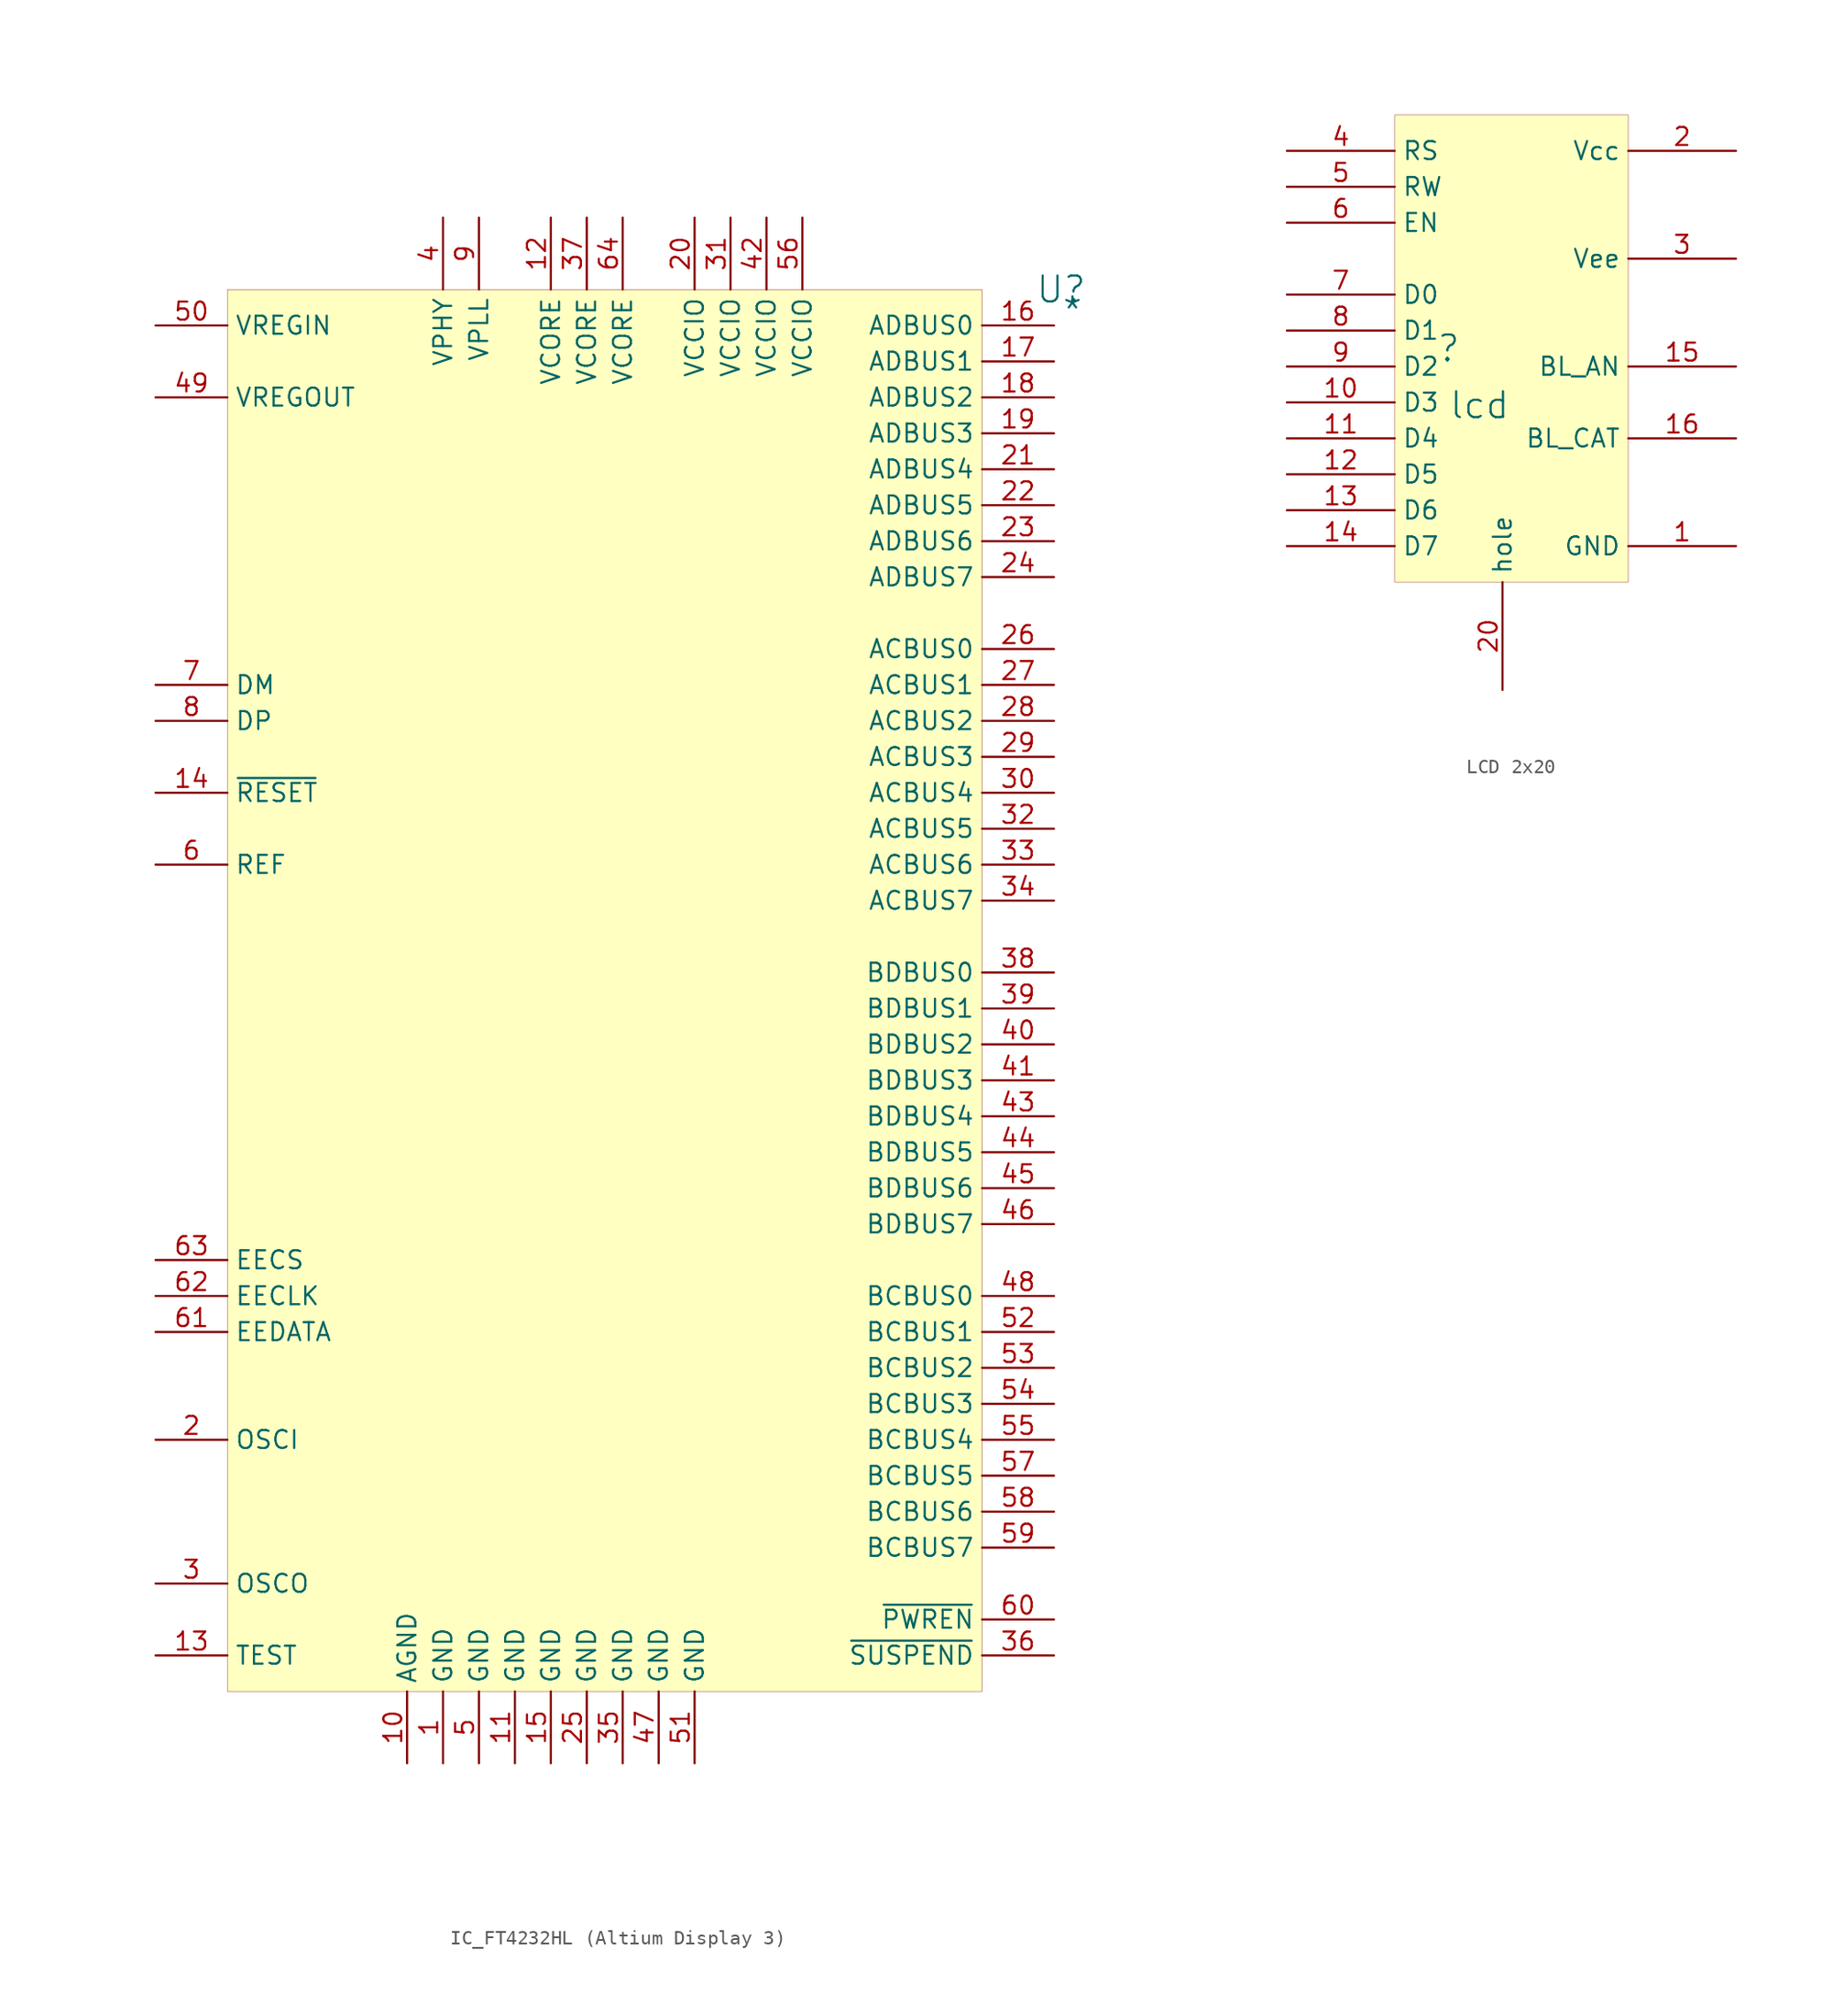
<source format=kicad_sym>
(kicad_symbol_lib
  (version 20241209)
  (generator "kicad_symbol_editor")
  (generator_version "9.0")
  (symbol "IC_FT4232HL (Altium Display 3)"
    (property "Reference" "U"
      (at 58.928 0 0)
      (effects (font (size 1.829 1.829))))
    (property "Value" "*"
      (at 58.928 -2.54 0)
      (effects (font (size 1.829 1.829)) (justify left bottom)))
    (symbol "IC_FT4232HL (Altium Display 3)_1_0"
      (rectangle (start 53.34 0) (end 0 -99.06) (stroke (width 0.025) (type solid) (color 128 0 0 1)) (fill (type background)))
      (pin passive line (at -5.08 -2.54 0) (length 5.08) (name "VREGIN" (effects (font (size 1.27 1.27)))) (number "50" (effects (font (size 1.27 1.27)))))
      (pin passive line (at -5.08 -7.62 0) (length 5.08) (name "VREGOUT" (effects (font (size 1.27 1.27)))) (number "49" (effects (font (size 1.27 1.27)))))
      (pin passive line (at -5.08 -27.94 0) (length 5.08) (name "DM" (effects (font (size 1.27 1.27)))) (number "7" (effects (font (size 1.27 1.27)))))
      (pin passive line (at -5.08 -30.48 0) (length 5.08) (name "DP" (effects (font (size 1.27 1.27)))) (number "8" (effects (font (size 1.27 1.27)))))
      (pin passive line (at -5.08 -35.56 0) (length 5.08) (name "~{RESET}" (effects (font (size 1.27 1.27)))) (number "14" (effects (font (size 1.27 1.27)))))
      (pin passive line (at -5.08 -40.64 0) (length 5.08) (name "REF" (effects (font (size 1.27 1.27)))) (number "6" (effects (font (size 1.27 1.27)))))
      (pin passive line (at -5.08 -68.58 0) (length 5.08) (name "EECS" (effects (font (size 1.27 1.27)))) (number "63" (effects (font (size 1.27 1.27)))))
      (pin passive line (at -5.08 -71.12 0) (length 5.08) (name "EECLK" (effects (font (size 1.27 1.27)))) (number "62" (effects (font (size 1.27 1.27)))))
      (pin passive line (at -5.08 -73.66 0) (length 5.08) (name "EEDATA" (effects (font (size 1.27 1.27)))) (number "61" (effects (font (size 1.27 1.27)))))
      (pin passive line (at -5.08 -81.28 0) (length 5.08) (name "OSCI" (effects (font (size 1.27 1.27)))) (number "2" (effects (font (size 1.27 1.27)))))
      (pin passive line (at -5.08 -91.44 0) (length 5.08) (name "OSCO" (effects (font (size 1.27 1.27)))) (number "3" (effects (font (size 1.27 1.27)))))
      (pin passive line (at -5.08 -96.52 0) (length 5.08) (name "TEST" (effects (font (size 1.27 1.27)))) (number "13" (effects (font (size 1.27 1.27)))))
      (pin passive line (at 12.7 -104.14 90) (length 5.08) (name "AGND" (effects (font (size 1.27 1.27)))) (number "10" (effects (font (size 1.27 1.27)))))
      (pin passive line (at 15.24 5.08 270) (length 5.08) (name "VPHY" (effects (font (size 1.27 1.27)))) (number "4" (effects (font (size 1.27 1.27)))))
      (pin passive line (at 15.24 -104.14 90) (length 5.08) (name "GND" (effects (font (size 1.27 1.27)))) (number "1" (effects (font (size 1.27 1.27)))))
      (pin passive line (at 17.78 5.08 270) (length 5.08) (name "VPLL" (effects (font (size 1.27 1.27)))) (number "9" (effects (font (size 1.27 1.27)))))
      (pin passive line (at 17.78 -104.14 90) (length 5.08) (name "GND" (effects (font (size 1.27 1.27)))) (number "5" (effects (font (size 1.27 1.27)))))
      (pin passive line (at 20.32 -104.14 90) (length 5.08) (name "GND" (effects (font (size 1.27 1.27)))) (number "11" (effects (font (size 1.27 1.27)))))
      (pin passive line (at 22.86 5.08 270) (length 5.08) (name "VCORE" (effects (font (size 1.27 1.27)))) (number "12" (effects (font (size 1.27 1.27)))))
      (pin passive line (at 22.86 -104.14 90) (length 5.08) (name "GND" (effects (font (size 1.27 1.27)))) (number "15" (effects (font (size 1.27 1.27)))))
      (pin passive line (at 25.4 5.08 270) (length 5.08) (name "VCORE" (effects (font (size 1.27 1.27)))) (number "37" (effects (font (size 1.27 1.27)))))
      (pin passive line (at 25.4 -104.14 90) (length 5.08) (name "GND" (effects (font (size 1.27 1.27)))) (number "25" (effects (font (size 1.27 1.27)))))
      (pin passive line (at 27.94 5.08 270) (length 5.08) (name "VCORE" (effects (font (size 1.27 1.27)))) (number "64" (effects (font (size 1.27 1.27)))))
      (pin passive line (at 27.94 -104.14 90) (length 5.08) (name "GND" (effects (font (size 1.27 1.27)))) (number "35" (effects (font (size 1.27 1.27)))))
      (pin passive line (at 30.48 -104.14 90) (length 5.08) (name "GND" (effects (font (size 1.27 1.27)))) (number "47" (effects (font (size 1.27 1.27)))))
      (pin passive line (at 33.02 5.08 270) (length 5.08) (name "VCCIO" (effects (font (size 1.27 1.27)))) (number "20" (effects (font (size 1.27 1.27)))))
      (pin passive line (at 33.02 -104.14 90) (length 5.08) (name "GND" (effects (font (size 1.27 1.27)))) (number "51" (effects (font (size 1.27 1.27)))))
      (pin passive line (at 35.56 5.08 270) (length 5.08) (name "VCCIO" (effects (font (size 1.27 1.27)))) (number "31" (effects (font (size 1.27 1.27)))))
      (pin passive line (at 38.1 5.08 270) (length 5.08) (name "VCCIO" (effects (font (size 1.27 1.27)))) (number "42" (effects (font (size 1.27 1.27)))))
      (pin passive line (at 40.64 5.08 270) (length 5.08) (name "VCCIO" (effects (font (size 1.27 1.27)))) (number "56" (effects (font (size 1.27 1.27)))))
      (pin passive line (at 58.42 -2.54 180) (length 5.08) (name "ADBUS0" (effects (font (size 1.27 1.27)))) (number "16" (effects (font (size 1.27 1.27)))))
      (pin passive line (at 58.42 -5.08 180) (length 5.08) (name "ADBUS1" (effects (font (size 1.27 1.27)))) (number "17" (effects (font (size 1.27 1.27)))))
      (pin passive line (at 58.42 -7.62 180) (length 5.08) (name "ADBUS2" (effects (font (size 1.27 1.27)))) (number "18" (effects (font (size 1.27 1.27)))))
      (pin passive line (at 58.42 -10.16 180) (length 5.08) (name "ADBUS3" (effects (font (size 1.27 1.27)))) (number "19" (effects (font (size 1.27 1.27)))))
      (pin passive line (at 58.42 -12.7 180) (length 5.08) (name "ADBUS4" (effects (font (size 1.27 1.27)))) (number "21" (effects (font (size 1.27 1.27)))))
      (pin passive line (at 58.42 -15.24 180) (length 5.08) (name "ADBUS5" (effects (font (size 1.27 1.27)))) (number "22" (effects (font (size 1.27 1.27)))))
      (pin passive line (at 58.42 -17.78 180) (length 5.08) (name "ADBUS6" (effects (font (size 1.27 1.27)))) (number "23" (effects (font (size 1.27 1.27)))))
      (pin passive line (at 58.42 -20.32 180) (length 5.08) (name "ADBUS7" (effects (font (size 1.27 1.27)))) (number "24" (effects (font (size 1.27 1.27)))))
      (pin passive line (at 58.42 -25.4 180) (length 5.08) (name "ACBUS0" (effects (font (size 1.27 1.27)))) (number "26" (effects (font (size 1.27 1.27)))))
      (pin passive line (at 58.42 -27.94 180) (length 5.08) (name "ACBUS1" (effects (font (size 1.27 1.27)))) (number "27" (effects (font (size 1.27 1.27)))))
      (pin passive line (at 58.42 -30.48 180) (length 5.08) (name "ACBUS2" (effects (font (size 1.27 1.27)))) (number "28" (effects (font (size 1.27 1.27)))))
      (pin passive line (at 58.42 -33.02 180) (length 5.08) (name "ACBUS3" (effects (font (size 1.27 1.27)))) (number "29" (effects (font (size 1.27 1.27)))))
      (pin passive line (at 58.42 -35.56 180) (length 5.08) (name "ACBUS4" (effects (font (size 1.27 1.27)))) (number "30" (effects (font (size 1.27 1.27)))))
      (pin passive line (at 58.42 -38.1 180) (length 5.08) (name "ACBUS5" (effects (font (size 1.27 1.27)))) (number "32" (effects (font (size 1.27 1.27)))))
      (pin passive line (at 58.42 -40.64 180) (length 5.08) (name "ACBUS6" (effects (font (size 1.27 1.27)))) (number "33" (effects (font (size 1.27 1.27)))))
      (pin passive line (at 58.42 -43.18 180) (length 5.08) (name "ACBUS7" (effects (font (size 1.27 1.27)))) (number "34" (effects (font (size 1.27 1.27)))))
      (pin passive line (at 58.42 -48.26 180) (length 5.08) (name "BDBUS0" (effects (font (size 1.27 1.27)))) (number "38" (effects (font (size 1.27 1.27)))))
      (pin passive line (at 58.42 -50.8 180) (length 5.08) (name "BDBUS1" (effects (font (size 1.27 1.27)))) (number "39" (effects (font (size 1.27 1.27)))))
      (pin passive line (at 58.42 -53.34 180) (length 5.08) (name "BDBUS2" (effects (font (size 1.27 1.27)))) (number "40" (effects (font (size 1.27 1.27)))))
      (pin passive line (at 58.42 -55.88 180) (length 5.08) (name "BDBUS3" (effects (font (size 1.27 1.27)))) (number "41" (effects (font (size 1.27 1.27)))))
      (pin passive line (at 58.42 -58.42 180) (length 5.08) (name "BDBUS4" (effects (font (size 1.27 1.27)))) (number "43" (effects (font (size 1.27 1.27)))))
      (pin passive line (at 58.42 -60.96 180) (length 5.08) (name "BDBUS5" (effects (font (size 1.27 1.27)))) (number "44" (effects (font (size 1.27 1.27)))))
      (pin passive line (at 58.42 -63.5 180) (length 5.08) (name "BDBUS6" (effects (font (size 1.27 1.27)))) (number "45" (effects (font (size 1.27 1.27)))))
      (pin passive line (at 58.42 -66.04 180) (length 5.08) (name "BDBUS7" (effects (font (size 1.27 1.27)))) (number "46" (effects (font (size 1.27 1.27)))))
      (pin passive line (at 58.42 -71.12 180) (length 5.08) (name "BCBUS0" (effects (font (size 1.27 1.27)))) (number "48" (effects (font (size 1.27 1.27)))))
      (pin passive line (at 58.42 -73.66 180) (length 5.08) (name "BCBUS1" (effects (font (size 1.27 1.27)))) (number "52" (effects (font (size 1.27 1.27)))))
      (pin passive line (at 58.42 -76.2 180) (length 5.08) (name "BCBUS2" (effects (font (size 1.27 1.27)))) (number "53" (effects (font (size 1.27 1.27)))))
      (pin passive line (at 58.42 -78.74 180) (length 5.08) (name "BCBUS3" (effects (font (size 1.27 1.27)))) (number "54" (effects (font (size 1.27 1.27)))))
      (pin passive line (at 58.42 -81.28 180) (length 5.08) (name "BCBUS4" (effects (font (size 1.27 1.27)))) (number "55" (effects (font (size 1.27 1.27)))))
      (pin passive line (at 58.42 -83.82 180) (length 5.08) (name "BCBUS5" (effects (font (size 1.27 1.27)))) (number "57" (effects (font (size 1.27 1.27)))))
      (pin passive line (at 58.42 -86.36 180) (length 5.08) (name "BCBUS6" (effects (font (size 1.27 1.27)))) (number "58" (effects (font (size 1.27 1.27)))))
      (pin passive line (at 58.42 -88.9 180) (length 5.08) (name "BCBUS7" (effects (font (size 1.27 1.27)))) (number "59" (effects (font (size 1.27 1.27)))))
      (pin passive line (at 58.42 -93.98 180) (length 5.08) (name "~{PWREN}" (effects (font (size 1.27 1.27)))) (number "60" (effects (font (size 1.27 1.27)))))
      (pin passive line (at 58.42 -96.52 180) (length 5.08) (name "~{SUSPEND}" (effects (font (size 1.27 1.27)))) (number "36" (effects (font (size 1.27 1.27)))))))
  (symbol "LCD 2x20"
    (property "Reference" ""
      (at -1.27 1.27 0)
      (effects (font (size 1.829 1.829))))
    (property "Value" "lcd"
      (at -1.27 -3.81 0)
      (effects (font (size 1.829 1.829)) (justify left bottom)))
    (symbol "LCD 2x20_1_0"
      (rectangle (start 11.43 17.78) (end -5.08 -15.24) (stroke (width 0.025) (type solid) (color 128 0 0 1)) (fill (type background)))
      (pin input line (at -12.7 15.24 0) (length 7.62) (name "RS" (effects (font (size 1.27 1.27)))) (number "4" (effects (font (size 1.27 1.27)))))
      (pin input line (at -12.7 12.7 0) (length 7.62) (name "RW" (effects (font (size 1.27 1.27)))) (number "5" (effects (font (size 1.27 1.27)))))
      (pin input line (at -12.7 10.16 0) (length 7.62) (name "EN" (effects (font (size 1.27 1.27)))) (number "6" (effects (font (size 1.27 1.27)))))
      (pin bidirectional line (at -12.7 5.08 0) (length 7.62) (name "D0" (effects (font (size 1.27 1.27)))) (number "7" (effects (font (size 1.27 1.27)))))
      (pin bidirectional line (at -12.7 2.54 0) (length 7.62) (name "D1" (effects (font (size 1.27 1.27)))) (number "8" (effects (font (size 1.27 1.27)))))
      (pin bidirectional line (at -12.7 0 0) (length 7.62) (name "D2" (effects (font (size 1.27 1.27)))) (number "9" (effects (font (size 1.27 1.27)))))
      (pin bidirectional line (at -12.7 -2.54 0) (length 7.62) (name "D3" (effects (font (size 1.27 1.27)))) (number "10" (effects (font (size 1.27 1.27)))))
      (pin bidirectional line (at -12.7 -5.08 0) (length 7.62) (name "D4" (effects (font (size 1.27 1.27)))) (number "11" (effects (font (size 1.27 1.27)))))
      (pin bidirectional line (at -12.7 -7.62 0) (length 7.62) (name "D5" (effects (font (size 1.27 1.27)))) (number "12" (effects (font (size 1.27 1.27)))))
      (pin bidirectional line (at -12.7 -10.16 0) (length 7.62) (name "D6" (effects (font (size 1.27 1.27)))) (number "13" (effects (font (size 1.27 1.27)))))
      (pin bidirectional line (at -12.7 -12.7 0) (length 7.62) (name "D7" (effects (font (size 1.27 1.27)))) (number "14" (effects (font (size 1.27 1.27)))))
      (pin power_in line (at 2.54 -22.86 90) (length 7.62) (name "hole" (effects (font (size 1.27 1.27)))) (number "20" (effects (font (size 1.27 1.27)))))
      (pin power_in line (at 19.05 15.24 180) (length 7.62) (name "Vcc" (effects (font (size 1.27 1.27)))) (number "2" (effects (font (size 1.27 1.27)))))
      (pin power_in line (at 19.05 7.62 180) (length 7.62) (name "Vee" (effects (font (size 1.27 1.27)))) (number "3" (effects (font (size 1.27 1.27)))))
      (pin power_in line (at 19.05 0 180) (length 7.62) (name "BL_AN" (effects (font (size 1.27 1.27)))) (number "15" (effects (font (size 1.27 1.27)))))
      (pin power_in line (at 19.05 -5.08 180) (length 7.62) (name "BL_CAT" (effects (font (size 1.27 1.27)))) (number "16" (effects (font (size 1.27 1.27)))))
      (pin power_in line (at 19.05 -12.7 180) (length 7.62) (name "GND" (effects (font (size 1.27 1.27)))) (number "1" (effects (font (size 1.27 1.27))))))))
</source>
